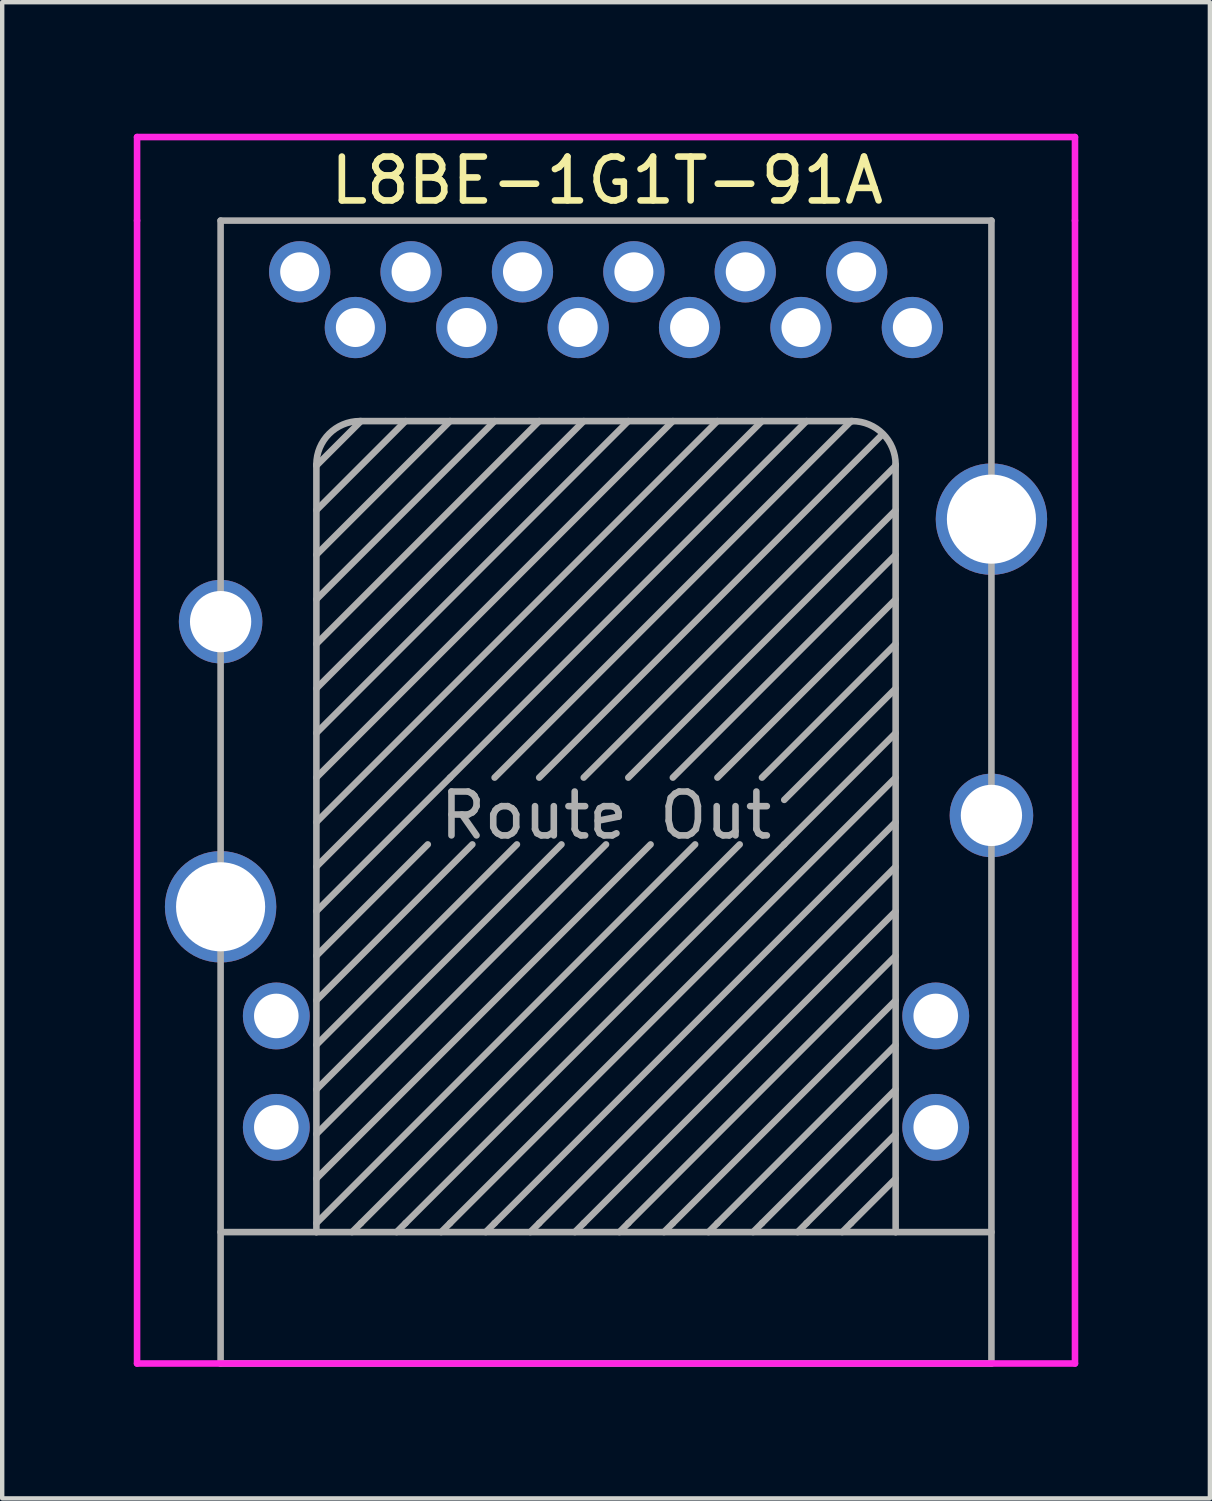
<source format=kicad_pcb>
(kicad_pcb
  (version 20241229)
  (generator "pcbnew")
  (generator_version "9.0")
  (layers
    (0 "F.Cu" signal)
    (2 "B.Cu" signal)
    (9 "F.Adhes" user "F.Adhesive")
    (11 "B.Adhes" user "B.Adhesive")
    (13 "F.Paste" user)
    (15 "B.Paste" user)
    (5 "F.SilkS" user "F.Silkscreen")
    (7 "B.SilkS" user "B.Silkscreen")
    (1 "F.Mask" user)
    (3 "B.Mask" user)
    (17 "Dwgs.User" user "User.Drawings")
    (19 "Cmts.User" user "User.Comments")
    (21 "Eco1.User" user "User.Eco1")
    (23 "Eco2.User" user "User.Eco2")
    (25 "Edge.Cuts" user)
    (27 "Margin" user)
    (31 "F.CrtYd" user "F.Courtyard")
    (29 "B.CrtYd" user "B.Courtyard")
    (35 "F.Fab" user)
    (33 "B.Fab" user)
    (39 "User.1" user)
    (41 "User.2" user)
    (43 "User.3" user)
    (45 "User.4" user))
  (footprint "L8BE-1G1T-91A"
    (layer "F.Cu")
    (at 10.768 25.043)
    (property "Reference" "L8BE-1G1T-91A" (at 0.025 -23.978 0) (layer "F.SilkS") (effects (font (size 1 1) (thickness 0.15))))
    (attr through_hole)
    (fp_line (start -10.693 -24.968) (end -10.693 -23.063) (stroke (width 0.15) (type solid)) (layer "F.CrtYd"))
    (fp_line (start -10.693 -23.063) (end -10.693 2.997) (stroke (width 0.15) (type solid)) (layer "F.CrtYd"))
    (fp_line (start -10.693 2.997) (end 10.693 2.997) (stroke (width 0.15) (type solid)) (layer "F.CrtYd"))
    (fp_line (start 10.693 -24.968) (end -10.693 -24.968) (stroke (width 0.15) (type solid)) (layer "F.CrtYd"))
    (fp_line (start 10.693 -23.063) (end 10.693 -24.968) (stroke (width 0.15) (type solid)) (layer "F.CrtYd"))
    (fp_line (start 10.693 2.997) (end 10.693 -23.063) (stroke (width 0.15) (type solid)) (layer "F.CrtYd"))
    (fp_line (start -8.788 -23.063) (end 8.788 -23.063) (stroke (width 0.15) (type solid)) (layer "F.Fab"))
    (fp_line (start -8.788 2.997) (end -8.788 -23.063) (stroke (width 0.15) (type solid)) (layer "F.Fab"))
    (fp_line (start -6.604 -17.501) (end -6.604 0) (stroke (width 0.15) (type solid)) (layer "F.Fab"))
    (fp_line (start -6.604 -7.315) (end -3.556 -10.363) (stroke (width 0.15) (type solid)) (layer "F.Fab"))
    (fp_line (start -6.604 -6.299) (end -4.064 -8.839) (stroke (width 0.15) (type solid)) (layer "F.Fab"))
    (fp_line (start -6.604 -5.283) (end -3.048 -8.839) (stroke (width 0.15) (type solid)) (layer "F.Fab"))
    (fp_line (start -6.604 -4.267) (end -2.032 -8.839) (stroke (width 0.15) (type solid)) (layer "F.Fab"))
    (fp_line (start -6.604 -3.251) (end -1.016 -8.839) (stroke (width 0.15) (type solid)) (layer "F.Fab"))
    (fp_line (start -6.604 -2.235) (end 0 -8.839) (stroke (width 0.15) (type solid)) (layer "F.Fab"))
    (fp_line (start -6.604 -1.219) (end 1.016 -8.839) (stroke (width 0.15) (type solid)) (layer "F.Fab"))
    (fp_line (start -6.604 -0.203) (end 2.032 -8.839) (stroke (width 0.15) (type solid)) (layer "F.Fab"))
    (fp_line (start -6.604 0) (end -8.788 0) (stroke (width 0.15) (type solid)) (layer "F.Fab"))
    (fp_line (start -6.604 0) (end 6.604 0) (stroke (width 0.15) (type solid)) (layer "F.Fab"))
    (fp_line (start -5.613 -18.491) (end 5.613 -18.491) (stroke (width 0.15) (type solid)) (layer "F.Fab"))
    (fp_line (start -5.588 -18.491) (end -6.604 -17.475) (stroke (width 0.15) (type solid)) (layer "F.Fab"))
    (fp_line (start -5.588 -0.203) (end -5.791 0) (stroke (width 0.15) (type solid)) (layer "F.Fab"))
    (fp_line (start -5.588 -0.203) (end 3.048 -8.839) (stroke (width 0.15) (type solid)) (layer "F.Fab"))
    (fp_line (start -4.572 -18.491) (end -6.604 -16.459) (stroke (width 0.15) (type solid)) (layer "F.Fab"))
    (fp_line (start -4.572 -0.203) (end -4.775 0) (stroke (width 0.15) (type solid)) (layer "F.Fab"))
    (fp_line (start -4.572 -0.203) (end 4.064 -8.839) (stroke (width 0.15) (type solid)) (layer "F.Fab"))
    (fp_line (start -3.556 -18.491) (end -6.604 -15.443) (stroke (width 0.15) (type solid)) (layer "F.Fab"))
    (fp_line (start -3.556 -10.363) (end 4.572 -18.491) (stroke (width 0.15) (type solid)) (layer "F.Fab"))
    (fp_line (start -3.556 -0.203) (end -3.759 0) (stroke (width 0.15) (type solid)) (layer "F.Fab"))
    (fp_line (start -2.54 -18.491) (end -6.604 -14.427) (stroke (width 0.15) (type solid)) (layer "F.Fab"))
    (fp_line (start -2.54 -10.363) (end 5.588 -18.491) (stroke (width 0.15) (type solid)) (layer "F.Fab"))
    (fp_line (start -2.54 -0.203) (end -2.743 0) (stroke (width 0.15) (type solid)) (layer "F.Fab"))
    (fp_line (start -1.524 -18.491) (end -6.604 -13.411) (stroke (width 0.15) (type solid)) (layer "F.Fab"))
    (fp_line (start -1.524 -10.363) (end 6.299 -18.186) (stroke (width 0.15) (type solid)) (layer "F.Fab"))
    (fp_line (start -1.524 -0.203) (end -1.727 0) (stroke (width 0.15) (type solid)) (layer "F.Fab"))
    (fp_line (start -0.508 -18.491) (end -6.604 -12.395) (stroke (width 0.15) (type solid)) (layer "F.Fab"))
    (fp_line (start -0.508 -0.203) (end -0.711 0) (stroke (width 0.15) (type solid)) (layer "F.Fab"))
    (fp_line (start 0.508 -18.491) (end -6.604 -11.379) (stroke (width 0.15) (type solid)) (layer "F.Fab"))
    (fp_line (start 0.508 -10.363) (end 6.604 -16.459) (stroke (width 0.15) (type solid)) (layer "F.Fab"))
    (fp_line (start 0.508 -0.203) (end 0.305 0) (stroke (width 0.15) (type solid)) (layer "F.Fab"))
    (fp_line (start 1.524 -18.491) (end -6.604 -10.363) (stroke (width 0.15) (type solid)) (layer "F.Fab"))
    (fp_line (start 1.524 -0.203) (end 1.321 0) (stroke (width 0.15) (type solid)) (layer "F.Fab"))
    (fp_line (start 2.54 -18.491) (end -6.604 -9.347) (stroke (width 0.15) (type solid)) (layer "F.Fab"))
    (fp_line (start 2.54 -0.203) (end 2.337 0) (stroke (width 0.15) (type solid)) (layer "F.Fab"))
    (fp_line (start 3.556 -18.491) (end -6.604 -8.331) (stroke (width 0.15) (type solid)) (layer "F.Fab"))
    (fp_line (start 3.556 -0.203) (end 3.353 0) (stroke (width 0.15) (type solid)) (layer "F.Fab"))
    (fp_line (start 4.572 -0.203) (end 4.369 0) (stroke (width 0.15) (type solid)) (layer "F.Fab"))
    (fp_line (start 5.588 -0.203) (end 5.385 0) (stroke (width 0.15) (type solid)) (layer "F.Fab"))
    (fp_line (start 6.604 -17.501) (end 6.604 0) (stroke (width 0.15) (type solid)) (layer "F.Fab"))
    (fp_line (start 6.604 -17.475) (end -0.508 -10.363) (stroke (width 0.15) (type solid)) (layer "F.Fab"))
    (fp_line (start 6.604 -15.443) (end 1.524 -10.363) (stroke (width 0.15) (type solid)) (layer "F.Fab"))
    (fp_line (start 6.604 -14.427) (end 2.54 -10.363) (stroke (width 0.15) (type solid)) (layer "F.Fab"))
    (fp_line (start 6.604 -13.411) (end 3.556 -10.363) (stroke (width 0.15) (type solid)) (layer "F.Fab"))
    (fp_line (start 6.604 -12.395) (end 4.064 -9.855) (stroke (width 0.15) (type solid)) (layer "F.Fab"))
    (fp_line (start 6.604 -11.379) (end 4.064 -8.839) (stroke (width 0.15) (type solid)) (layer "F.Fab"))
    (fp_line (start 6.604 -10.363) (end -3.556 -0.203) (stroke (width 0.15) (type solid)) (layer "F.Fab"))
    (fp_line (start 6.604 -9.347) (end -2.54 -0.203) (stroke (width 0.15) (type solid)) (layer "F.Fab"))
    (fp_line (start 6.604 -8.331) (end -1.524 -0.203) (stroke (width 0.15) (type solid)) (layer "F.Fab"))
    (fp_line (start 6.604 -7.315) (end -0.508 -0.203) (stroke (width 0.15) (type solid)) (layer "F.Fab"))
    (fp_line (start 6.604 -6.299) (end 0.508 -0.203) (stroke (width 0.15) (type solid)) (layer "F.Fab"))
    (fp_line (start 6.604 -5.283) (end 1.524 -0.203) (stroke (width 0.15) (type solid)) (layer "F.Fab"))
    (fp_line (start 6.604 -4.267) (end 2.54 -0.203) (stroke (width 0.15) (type solid)) (layer "F.Fab"))
    (fp_line (start 6.604 -3.251) (end 3.556 -0.203) (stroke (width 0.15) (type solid)) (layer "F.Fab"))
    (fp_line (start 6.604 -2.235) (end 4.572 -0.203) (stroke (width 0.15) (type solid)) (layer "F.Fab"))
    (fp_line (start 6.604 -1.219) (end 5.588 -0.203) (stroke (width 0.15) (type solid)) (layer "F.Fab"))
    (fp_line (start 6.604 0) (end 8.788 0) (stroke (width 0.15) (type solid)) (layer "F.Fab"))
    (fp_line (start 8.788 2.997) (end -8.788 2.997) (stroke (width 0.15) (type solid)) (layer "F.Fab"))
    (fp_line (start 8.788 2.997) (end 8.788 -23.063) (stroke (width 0.15) (type solid)) (layer "F.Fab"))
    (fp_arc (start -6.604 -17.5006) (mid -6.31386 -18.20106) (end -5.6134 -18.4912) (stroke (width 0.15) (type solid)) (layer "F.Fab"))
    (fp_arc (start 5.6134 -18.4912) (mid 6.31386 -18.20106) (end 6.604 -17.5006) (stroke (width 0.15) (type solid)) (layer "F.Fab"))
    (fp_text user "Route Out" (at 0 -9.5 0) (layer "F.Fab") (effects (font (size 1 1) (thickness 0.15))))
    (pad "1" thru_hole circle (at 6.985 -20.625) (size 1.397 1.397) (drill 0.889) (layers "*.Cu" "*.Mask"))
    (pad "2" thru_hole circle (at 4.445 -20.625) (size 1.397 1.397) (drill 0.889) (layers "*.Cu" "*.Mask"))
    (pad "3" thru_hole circle (at 1.905 -20.625) (size 1.397 1.397) (drill 0.889) (layers "*.Cu" "*.Mask"))
    (pad "4" thru_hole circle (at -0.635 -20.625) (size 1.397 1.397) (drill 0.889) (layers "*.Cu" "*.Mask"))
    (pad "5" thru_hole circle (at -3.175 -20.625) (size 1.397 1.397) (drill 0.889) (layers "*.Cu" "*.Mask"))
    (pad "6" thru_hole circle (at -5.715 -20.625) (size 1.397 1.397) (drill 0.889) (layers "*.Cu" "*.Mask"))
    (pad "7" thru_hole circle (at 5.715 -21.895) (size 1.397 1.397) (drill 0.889) (layers "*.Cu" "*.Mask"))
    (pad "8" thru_hole circle (at 3.175 -21.895) (size 1.397 1.397) (drill 0.889) (layers "*.Cu" "*.Mask"))
    (pad "9" thru_hole circle (at 0.635 -21.895) (size 1.397 1.397) (drill 0.889) (layers "*.Cu" "*.Mask"))
    (pad "10" thru_hole circle (at -1.905 -21.895) (size 1.397 1.397) (drill 0.889) (layers "*.Cu" "*.Mask"))
    (pad "11" thru_hole circle (at -4.445 -21.895) (size 1.397 1.397) (drill 0.889) (layers "*.Cu" "*.Mask"))
    (pad "12" thru_hole circle (at -6.985 -21.895) (size 1.397 1.397) (drill 0.889) (layers "*.Cu" "*.Mask"))
    (pad "13" thru_hole circle (at 7.518 -4.928) (size 1.524 1.524) (drill 1.016) (layers "*.Cu" "*.Mask"))
    (pad "14" thru_hole circle (at 7.518 -2.388) (size 1.524 1.524) (drill 1.016) (layers "*.Cu" "*.Mask"))
    (pad "15" thru_hole circle (at -7.518 -4.928) (size 1.524 1.524) (drill 1.016) (layers "*.Cu" "*.Mask"))
    (pad "16" thru_hole circle (at -7.518 -2.388) (size 1.524 1.524) (drill 1.016) (layers "*.Cu" "*.Mask"))
    (pad "GND" thru_hole circle (at -8.788 -13.919) (size 1.905 1.905) (drill 1.397) (layers "*.Cu" "*.Mask"))
    (pad "GND" thru_hole circle (at -8.788 -7.417) (size 2.54 2.54) (drill 2.032) (layers "*.Cu" "*.Mask"))
    (pad "GND" thru_hole circle (at 8.788 -16.256) (size 2.54 2.54) (drill 2.032) (layers "*.Cu" "*.Mask"))
    (pad "GND" thru_hole circle (at 8.788 -9.5) (size 1.905 1.905) (drill 1.397) (layers "*.Cu" "*.Mask")))
  (gr_rect
    (start -3 -3)
    (end 24.537 31.115)
    (stroke (width 0.1) (type default))
    (fill no)
    (layer "Edge.Cuts")))
</source>
